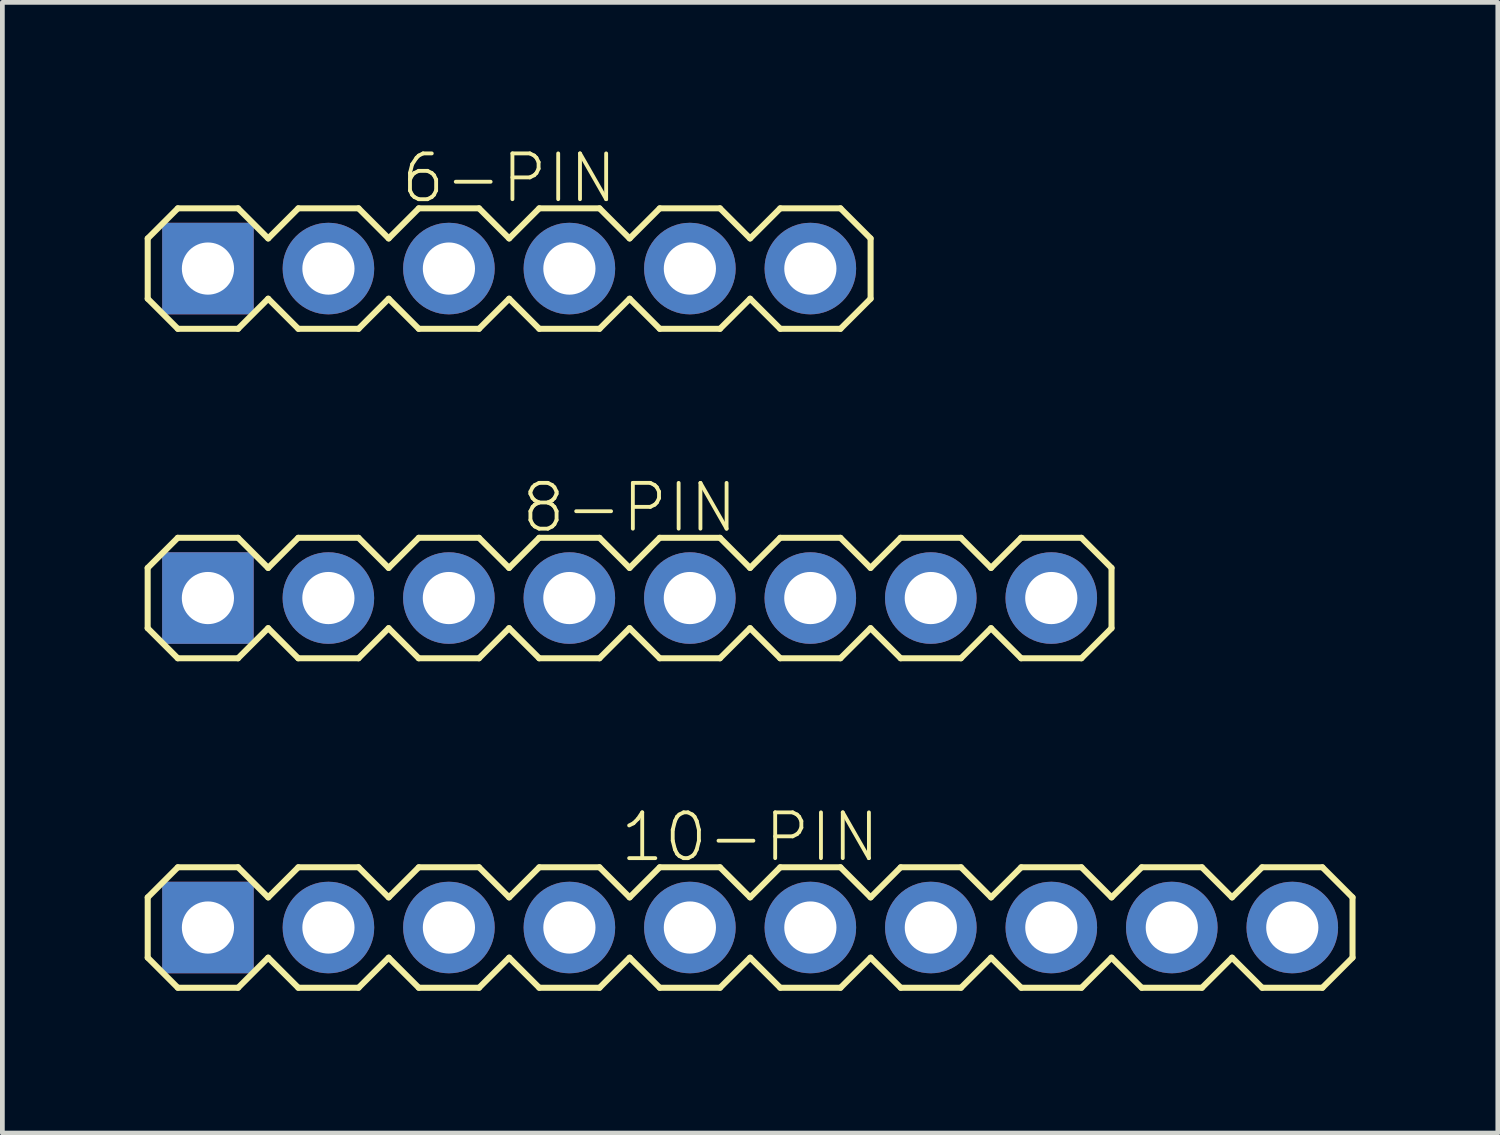
<source format=kicad_pcb>
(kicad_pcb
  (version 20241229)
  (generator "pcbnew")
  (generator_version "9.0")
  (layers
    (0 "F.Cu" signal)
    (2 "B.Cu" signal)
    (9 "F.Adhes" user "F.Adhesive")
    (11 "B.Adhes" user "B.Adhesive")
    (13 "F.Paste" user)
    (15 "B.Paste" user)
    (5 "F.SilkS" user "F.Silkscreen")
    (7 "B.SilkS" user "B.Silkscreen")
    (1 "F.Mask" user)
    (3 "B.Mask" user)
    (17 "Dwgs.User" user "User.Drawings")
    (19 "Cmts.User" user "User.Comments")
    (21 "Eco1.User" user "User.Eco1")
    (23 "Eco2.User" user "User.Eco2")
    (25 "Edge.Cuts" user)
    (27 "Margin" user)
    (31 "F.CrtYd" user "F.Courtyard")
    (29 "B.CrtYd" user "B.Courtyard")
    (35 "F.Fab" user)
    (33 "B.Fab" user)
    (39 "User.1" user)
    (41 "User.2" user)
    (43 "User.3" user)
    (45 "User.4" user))
  (footprint "8-PIN"
    (layer "F.Cu")
    (at 10.223 9.558)
    (property "Reference" "8-PIN" (at 0 -1.905 0) (layer "F.SilkS") (effects (font (size 0.965 0.965) (thickness 0.081))))
    (attr through_hole)
    (fp_line (start -10.16 -0.635) (end -9.525 -1.27) (stroke (width 0.127) (type solid)) (layer "F.SilkS"))
    (fp_line (start -10.16 0.635) (end -10.16 -0.635) (stroke (width 0.127) (type solid)) (layer "F.SilkS"))
    (fp_line (start -9.525 -1.27) (end -8.255 -1.27) (stroke (width 0.127) (type solid)) (layer "F.SilkS"))
    (fp_line (start -9.525 1.27) (end -10.16 0.635) (stroke (width 0.127) (type solid)) (layer "F.SilkS"))
    (fp_line (start -8.255 -1.27) (end -7.62 -0.635) (stroke (width 0.127) (type solid)) (layer "F.SilkS"))
    (fp_line (start -8.255 1.27) (end -9.525 1.27) (stroke (width 0.127) (type solid)) (layer "F.SilkS"))
    (fp_line (start -7.62 -0.635) (end -6.985 -1.27) (stroke (width 0.127) (type solid)) (layer "F.SilkS"))
    (fp_line (start -7.62 0.635) (end -8.255 1.27) (stroke (width 0.127) (type solid)) (layer "F.SilkS"))
    (fp_line (start -6.985 -1.27) (end -5.715 -1.27) (stroke (width 0.127) (type solid)) (layer "F.SilkS"))
    (fp_line (start -6.985 1.27) (end -7.62 0.635) (stroke (width 0.127) (type solid)) (layer "F.SilkS"))
    (fp_line (start -5.715 -1.27) (end -5.08 -0.635) (stroke (width 0.127) (type solid)) (layer "F.SilkS"))
    (fp_line (start -5.715 1.27) (end -6.985 1.27) (stroke (width 0.127) (type solid)) (layer "F.SilkS"))
    (fp_line (start -5.08 -0.635) (end -4.445 -1.27) (stroke (width 0.127) (type solid)) (layer "F.SilkS"))
    (fp_line (start -5.08 0.635) (end -5.715 1.27) (stroke (width 0.127) (type solid)) (layer "F.SilkS"))
    (fp_line (start -4.445 -1.27) (end -3.175 -1.27) (stroke (width 0.127) (type solid)) (layer "F.SilkS"))
    (fp_line (start -4.445 1.27) (end -5.08 0.635) (stroke (width 0.127) (type solid)) (layer "F.SilkS"))
    (fp_line (start -3.175 -1.27) (end -2.54 -0.635) (stroke (width 0.127) (type solid)) (layer "F.SilkS"))
    (fp_line (start -3.175 1.27) (end -4.445 1.27) (stroke (width 0.127) (type solid)) (layer "F.SilkS"))
    (fp_line (start -2.54 -0.635) (end -1.905 -1.27) (stroke (width 0.127) (type solid)) (layer "F.SilkS"))
    (fp_line (start -2.54 0.635) (end -3.175 1.27) (stroke (width 0.127) (type solid)) (layer "F.SilkS"))
    (fp_line (start -1.905 -1.27) (end -0.635 -1.27) (stroke (width 0.127) (type solid)) (layer "F.SilkS"))
    (fp_line (start -1.905 1.27) (end -2.54 0.635) (stroke (width 0.127) (type solid)) (layer "F.SilkS"))
    (fp_line (start -0.635 -1.27) (end 0 -0.635) (stroke (width 0.127) (type solid)) (layer "F.SilkS"))
    (fp_line (start -0.635 1.27) (end -1.905 1.27) (stroke (width 0.127) (type solid)) (layer "F.SilkS"))
    (fp_line (start 0 -0.635) (end 0.635 -1.27) (stroke (width 0.127) (type solid)) (layer "F.SilkS"))
    (fp_line (start 0 0.635) (end -0.635 1.27) (stroke (width 0.127) (type solid)) (layer "F.SilkS"))
    (fp_line (start 0.635 -1.27) (end 1.905 -1.27) (stroke (width 0.127) (type solid)) (layer "F.SilkS"))
    (fp_line (start 0.635 1.27) (end 0 0.635) (stroke (width 0.127) (type solid)) (layer "F.SilkS"))
    (fp_line (start 1.905 -1.27) (end 2.54 -0.635) (stroke (width 0.127) (type solid)) (layer "F.SilkS"))
    (fp_line (start 1.905 1.27) (end 0.635 1.27) (stroke (width 0.127) (type solid)) (layer "F.SilkS"))
    (fp_line (start 2.54 -0.635) (end 3.175 -1.27) (stroke (width 0.127) (type solid)) (layer "F.SilkS"))
    (fp_line (start 2.54 0.635) (end 1.905 1.27) (stroke (width 0.127) (type solid)) (layer "F.SilkS"))
    (fp_line (start 3.175 -1.27) (end 4.445 -1.27) (stroke (width 0.127) (type solid)) (layer "F.SilkS"))
    (fp_line (start 3.175 1.27) (end 2.54 0.635) (stroke (width 0.127) (type solid)) (layer "F.SilkS"))
    (fp_line (start 4.445 -1.27) (end 5.08 -0.635) (stroke (width 0.127) (type solid)) (layer "F.SilkS"))
    (fp_line (start 4.445 1.27) (end 3.175 1.27) (stroke (width 0.127) (type solid)) (layer "F.SilkS"))
    (fp_line (start 5.08 -0.635) (end 5.715 -1.27) (stroke (width 0.127) (type solid)) (layer "F.SilkS"))
    (fp_line (start 5.08 0.635) (end 4.445 1.27) (stroke (width 0.127) (type solid)) (layer "F.SilkS"))
    (fp_line (start 5.715 -1.27) (end 6.985 -1.27) (stroke (width 0.127) (type solid)) (layer "F.SilkS"))
    (fp_line (start 5.715 1.27) (end 5.08 0.635) (stroke (width 0.127) (type solid)) (layer "F.SilkS"))
    (fp_line (start 6.985 -1.27) (end 7.62 -0.635) (stroke (width 0.127) (type solid)) (layer "F.SilkS"))
    (fp_line (start 6.985 1.27) (end 5.715 1.27) (stroke (width 0.127) (type solid)) (layer "F.SilkS"))
    (fp_line (start 7.62 -0.635) (end 8.255 -1.27) (stroke (width 0.127) (type solid)) (layer "F.SilkS"))
    (fp_line (start 7.62 0.635) (end 6.985 1.27) (stroke (width 0.127) (type solid)) (layer "F.SilkS"))
    (fp_line (start 8.255 -1.27) (end 9.525 -1.27) (stroke (width 0.127) (type solid)) (layer "F.SilkS"))
    (fp_line (start 8.255 1.27) (end 7.62 0.635) (stroke (width 0.127) (type solid)) (layer "F.SilkS"))
    (fp_line (start 9.525 -1.27) (end 10.16 -0.635) (stroke (width 0.127) (type solid)) (layer "F.SilkS"))
    (fp_line (start 9.525 1.27) (end 8.255 1.27) (stroke (width 0.127) (type solid)) (layer "F.SilkS"))
    (fp_line (start 10.16 -0.635) (end 10.16 0.635) (stroke (width 0.127) (type solid)) (layer "F.SilkS"))
    (fp_line (start 10.16 0.635) (end 9.525 1.27) (stroke (width 0.127) (type solid)) (layer "F.SilkS"))
    (pad "1" thru_hole rect (at -8.89 0) (size 1.93 1.93) (drill 1.1) (layers "*.Cu" "*.Mask"))
    (pad "2" thru_hole oval (at -6.35 0) (size 1.93 1.93) (drill 1.1) (layers "*.Cu" "*.Mask"))
    (pad "3" thru_hole oval (at -3.81 0) (size 1.93 1.93) (drill 1.1) (layers "*.Cu" "*.Mask"))
    (pad "4" thru_hole oval (at -1.27 0) (size 1.93 1.93) (drill 1.1) (layers "*.Cu" "*.Mask"))
    (pad "5" thru_hole oval (at 1.27 0) (size 1.93 1.93) (drill 1.1) (layers "*.Cu" "*.Mask"))
    (pad "6" thru_hole oval (at 3.81 0) (size 1.93 1.93) (drill 1.1) (layers "*.Cu" "*.Mask"))
    (pad "7" thru_hole oval (at 6.35 0) (size 1.93 1.93) (drill 1.1) (layers "*.Cu" "*.Mask"))
    (pad "8" thru_hole oval (at 8.89 0) (size 1.93 1.93) (drill 1.1) (layers "*.Cu" "*.Mask")))
  (footprint "6-PIN"
    (layer "F.Cu")
    (at 7.684 2.612)
    (property "Reference" "6-PIN" (at 0 -1.905 0) (layer "F.SilkS") (effects (font (size 0.965 0.965) (thickness 0.081))))
    (attr through_hole)
    (fp_line (start -7.62 -0.635) (end -6.985 -1.27) (stroke (width 0.127) (type solid)) (layer "F.SilkS"))
    (fp_line (start -7.62 0.635) (end -7.62 -0.635) (stroke (width 0.127) (type solid)) (layer "F.SilkS"))
    (fp_line (start -6.985 -1.27) (end -5.715 -1.27) (stroke (width 0.127) (type solid)) (layer "F.SilkS"))
    (fp_line (start -6.985 1.27) (end -7.62 0.635) (stroke (width 0.127) (type solid)) (layer "F.SilkS"))
    (fp_line (start -5.715 -1.27) (end -5.08 -0.635) (stroke (width 0.127) (type solid)) (layer "F.SilkS"))
    (fp_line (start -5.715 1.27) (end -6.985 1.27) (stroke (width 0.127) (type solid)) (layer "F.SilkS"))
    (fp_line (start -5.08 -0.635) (end -4.445 -1.27) (stroke (width 0.127) (type solid)) (layer "F.SilkS"))
    (fp_line (start -5.08 0.635) (end -5.715 1.27) (stroke (width 0.127) (type solid)) (layer "F.SilkS"))
    (fp_line (start -4.445 -1.27) (end -3.175 -1.27) (stroke (width 0.127) (type solid)) (layer "F.SilkS"))
    (fp_line (start -4.445 1.27) (end -5.08 0.635) (stroke (width 0.127) (type solid)) (layer "F.SilkS"))
    (fp_line (start -3.175 -1.27) (end -2.54 -0.635) (stroke (width 0.127) (type solid)) (layer "F.SilkS"))
    (fp_line (start -3.175 1.27) (end -4.445 1.27) (stroke (width 0.127) (type solid)) (layer "F.SilkS"))
    (fp_line (start -2.54 -0.635) (end -1.905 -1.27) (stroke (width 0.127) (type solid)) (layer "F.SilkS"))
    (fp_line (start -2.54 0.635) (end -3.175 1.27) (stroke (width 0.127) (type solid)) (layer "F.SilkS"))
    (fp_line (start -1.905 -1.27) (end -0.635 -1.27) (stroke (width 0.127) (type solid)) (layer "F.SilkS"))
    (fp_line (start -1.905 1.27) (end -2.54 0.635) (stroke (width 0.127) (type solid)) (layer "F.SilkS"))
    (fp_line (start -0.635 -1.27) (end 0 -0.635) (stroke (width 0.127) (type solid)) (layer "F.SilkS"))
    (fp_line (start -0.635 1.27) (end -1.905 1.27) (stroke (width 0.127) (type solid)) (layer "F.SilkS"))
    (fp_line (start 0 -0.635) (end 0.635 -1.27) (stroke (width 0.127) (type solid)) (layer "F.SilkS"))
    (fp_line (start 0 0.635) (end -0.635 1.27) (stroke (width 0.127) (type solid)) (layer "F.SilkS"))
    (fp_line (start 0.635 -1.27) (end 1.905 -1.27) (stroke (width 0.127) (type solid)) (layer "F.SilkS"))
    (fp_line (start 0.635 1.27) (end 0 0.635) (stroke (width 0.127) (type solid)) (layer "F.SilkS"))
    (fp_line (start 1.905 -1.27) (end 2.54 -0.635) (stroke (width 0.127) (type solid)) (layer "F.SilkS"))
    (fp_line (start 1.905 1.27) (end 0.635 1.27) (stroke (width 0.127) (type solid)) (layer "F.SilkS"))
    (fp_line (start 2.54 -0.635) (end 3.175 -1.27) (stroke (width 0.127) (type solid)) (layer "F.SilkS"))
    (fp_line (start 2.54 0.635) (end 1.905 1.27) (stroke (width 0.127) (type solid)) (layer "F.SilkS"))
    (fp_line (start 3.175 -1.27) (end 4.445 -1.27) (stroke (width 0.127) (type solid)) (layer "F.SilkS"))
    (fp_line (start 3.175 1.27) (end 2.54 0.635) (stroke (width 0.127) (type solid)) (layer "F.SilkS"))
    (fp_line (start 4.445 -1.27) (end 5.08 -0.635) (stroke (width 0.127) (type solid)) (layer "F.SilkS"))
    (fp_line (start 4.445 1.27) (end 3.175 1.27) (stroke (width 0.127) (type solid)) (layer "F.SilkS"))
    (fp_line (start 5.08 -0.635) (end 5.715 -1.27) (stroke (width 0.127) (type solid)) (layer "F.SilkS"))
    (fp_line (start 5.08 0.635) (end 4.445 1.27) (stroke (width 0.127) (type solid)) (layer "F.SilkS"))
    (fp_line (start 5.715 -1.27) (end 6.985 -1.27) (stroke (width 0.127) (type solid)) (layer "F.SilkS"))
    (fp_line (start 5.715 1.27) (end 5.08 0.635) (stroke (width 0.127) (type solid)) (layer "F.SilkS"))
    (fp_line (start 6.985 -1.27) (end 7.62 -0.635) (stroke (width 0.127) (type solid)) (layer "F.SilkS"))
    (fp_line (start 6.985 1.27) (end 5.715 1.27) (stroke (width 0.127) (type solid)) (layer "F.SilkS"))
    (fp_line (start 7.62 -0.635) (end 7.62 0.635) (stroke (width 0.127) (type solid)) (layer "F.SilkS"))
    (fp_line (start 7.62 0.635) (end 6.985 1.27) (stroke (width 0.127) (type solid)) (layer "F.SilkS"))
    (pad "1" thru_hole rect (at -6.35 0) (size 1.93 1.93) (drill 1.1) (layers "*.Cu" "*.Mask"))
    (pad "2" thru_hole oval (at -3.81 0) (size 1.93 1.93) (drill 1.1) (layers "*.Cu" "*.Mask"))
    (pad "3" thru_hole oval (at -1.27 0) (size 1.93 1.93) (drill 1.1) (layers "*.Cu" "*.Mask"))
    (pad "4" thru_hole oval (at 1.27 0) (size 1.93 1.93) (drill 1.1) (layers "*.Cu" "*.Mask"))
    (pad "5" thru_hole oval (at 3.81 0) (size 1.93 1.93) (drill 1.1) (layers "*.Cu" "*.Mask"))
    (pad "6" thru_hole oval (at 6.35 0) (size 1.93 1.93) (drill 1.1) (layers "*.Cu" "*.Mask")))
  (footprint "10-PIN"
    (layer "F.Cu")
    (at 12.764 16.504)
    (property "Reference" "10-PIN" (at 0 -1.905 0) (layer "F.SilkS") (effects (font (size 0.965 0.965) (thickness 0.081))))
    (attr through_hole)
    (fp_line (start -12.7 -0.635) (end -12.065 -1.27) (stroke (width 0.127) (type solid)) (layer "F.SilkS"))
    (fp_line (start -12.7 0.635) (end -12.7 -0.635) (stroke (width 0.127) (type solid)) (layer "F.SilkS"))
    (fp_line (start -12.065 -1.27) (end -10.795 -1.27) (stroke (width 0.127) (type solid)) (layer "F.SilkS"))
    (fp_line (start -12.065 1.27) (end -12.7 0.635) (stroke (width 0.127) (type solid)) (layer "F.SilkS"))
    (fp_line (start -10.795 -1.27) (end -10.16 -0.635) (stroke (width 0.127) (type solid)) (layer "F.SilkS"))
    (fp_line (start -10.795 1.27) (end -12.065 1.27) (stroke (width 0.127) (type solid)) (layer "F.SilkS"))
    (fp_line (start -10.16 -0.635) (end -9.525 -1.27) (stroke (width 0.127) (type solid)) (layer "F.SilkS"))
    (fp_line (start -10.16 0.635) (end -10.795 1.27) (stroke (width 0.127) (type solid)) (layer "F.SilkS"))
    (fp_line (start -9.525 -1.27) (end -8.255 -1.27) (stroke (width 0.127) (type solid)) (layer "F.SilkS"))
    (fp_line (start -9.525 1.27) (end -10.16 0.635) (stroke (width 0.127) (type solid)) (layer "F.SilkS"))
    (fp_line (start -8.255 -1.27) (end -7.62 -0.635) (stroke (width 0.127) (type solid)) (layer "F.SilkS"))
    (fp_line (start -8.255 1.27) (end -9.525 1.27) (stroke (width 0.127) (type solid)) (layer "F.SilkS"))
    (fp_line (start -7.62 -0.635) (end -6.985 -1.27) (stroke (width 0.127) (type solid)) (layer "F.SilkS"))
    (fp_line (start -7.62 0.635) (end -8.255 1.27) (stroke (width 0.127) (type solid)) (layer "F.SilkS"))
    (fp_line (start -6.985 -1.27) (end -5.715 -1.27) (stroke (width 0.127) (type solid)) (layer "F.SilkS"))
    (fp_line (start -6.985 1.27) (end -7.62 0.635) (stroke (width 0.127) (type solid)) (layer "F.SilkS"))
    (fp_line (start -5.715 -1.27) (end -5.08 -0.635) (stroke (width 0.127) (type solid)) (layer "F.SilkS"))
    (fp_line (start -5.715 1.27) (end -6.985 1.27) (stroke (width 0.127) (type solid)) (layer "F.SilkS"))
    (fp_line (start -5.08 -0.635) (end -4.445 -1.27) (stroke (width 0.127) (type solid)) (layer "F.SilkS"))
    (fp_line (start -5.08 0.635) (end -5.715 1.27) (stroke (width 0.127) (type solid)) (layer "F.SilkS"))
    (fp_line (start -4.445 -1.27) (end -3.175 -1.27) (stroke (width 0.127) (type solid)) (layer "F.SilkS"))
    (fp_line (start -4.445 1.27) (end -5.08 0.635) (stroke (width 0.127) (type solid)) (layer "F.SilkS"))
    (fp_line (start -3.175 -1.27) (end -2.54 -0.635) (stroke (width 0.127) (type solid)) (layer "F.SilkS"))
    (fp_line (start -3.175 1.27) (end -4.445 1.27) (stroke (width 0.127) (type solid)) (layer "F.SilkS"))
    (fp_line (start -2.54 -0.635) (end -1.905 -1.27) (stroke (width 0.127) (type solid)) (layer "F.SilkS"))
    (fp_line (start -2.54 0.635) (end -3.175 1.27) (stroke (width 0.127) (type solid)) (layer "F.SilkS"))
    (fp_line (start -1.905 -1.27) (end -0.635 -1.27) (stroke (width 0.127) (type solid)) (layer "F.SilkS"))
    (fp_line (start -1.905 1.27) (end -2.54 0.635) (stroke (width 0.127) (type solid)) (layer "F.SilkS"))
    (fp_line (start -0.635 -1.27) (end 0 -0.635) (stroke (width 0.127) (type solid)) (layer "F.SilkS"))
    (fp_line (start -0.635 1.27) (end -1.905 1.27) (stroke (width 0.127) (type solid)) (layer "F.SilkS"))
    (fp_line (start 0 -0.635) (end 0.635 -1.27) (stroke (width 0.127) (type solid)) (layer "F.SilkS"))
    (fp_line (start 0 0.635) (end -0.635 1.27) (stroke (width 0.127) (type solid)) (layer "F.SilkS"))
    (fp_line (start 0.635 -1.27) (end 1.905 -1.27) (stroke (width 0.127) (type solid)) (layer "F.SilkS"))
    (fp_line (start 0.635 1.27) (end 0 0.635) (stroke (width 0.127) (type solid)) (layer "F.SilkS"))
    (fp_line (start 1.905 -1.27) (end 2.54 -0.635) (stroke (width 0.127) (type solid)) (layer "F.SilkS"))
    (fp_line (start 1.905 1.27) (end 0.635 1.27) (stroke (width 0.127) (type solid)) (layer "F.SilkS"))
    (fp_line (start 2.54 -0.635) (end 3.175 -1.27) (stroke (width 0.127) (type solid)) (layer "F.SilkS"))
    (fp_line (start 2.54 0.635) (end 1.905 1.27) (stroke (width 0.127) (type solid)) (layer "F.SilkS"))
    (fp_line (start 3.175 -1.27) (end 4.445 -1.27) (stroke (width 0.127) (type solid)) (layer "F.SilkS"))
    (fp_line (start 3.175 1.27) (end 2.54 0.635) (stroke (width 0.127) (type solid)) (layer "F.SilkS"))
    (fp_line (start 4.445 -1.27) (end 5.08 -0.635) (stroke (width 0.127) (type solid)) (layer "F.SilkS"))
    (fp_line (start 4.445 1.27) (end 3.175 1.27) (stroke (width 0.127) (type solid)) (layer "F.SilkS"))
    (fp_line (start 5.08 -0.635) (end 5.715 -1.27) (stroke (width 0.127) (type solid)) (layer "F.SilkS"))
    (fp_line (start 5.08 0.635) (end 4.445 1.27) (stroke (width 0.127) (type solid)) (layer "F.SilkS"))
    (fp_line (start 5.715 -1.27) (end 6.985 -1.27) (stroke (width 0.127) (type solid)) (layer "F.SilkS"))
    (fp_line (start 5.715 1.27) (end 5.08 0.635) (stroke (width 0.127) (type solid)) (layer "F.SilkS"))
    (fp_line (start 6.985 -1.27) (end 7.62 -0.635) (stroke (width 0.127) (type solid)) (layer "F.SilkS"))
    (fp_line (start 6.985 1.27) (end 5.715 1.27) (stroke (width 0.127) (type solid)) (layer "F.SilkS"))
    (fp_line (start 7.62 -0.635) (end 8.255 -1.27) (stroke (width 0.127) (type solid)) (layer "F.SilkS"))
    (fp_line (start 7.62 0.635) (end 6.985 1.27) (stroke (width 0.127) (type solid)) (layer "F.SilkS"))
    (fp_line (start 8.255 -1.27) (end 9.525 -1.27) (stroke (width 0.127) (type solid)) (layer "F.SilkS"))
    (fp_line (start 8.255 1.27) (end 7.62 0.635) (stroke (width 0.127) (type solid)) (layer "F.SilkS"))
    (fp_line (start 8.255 1.27) (end 9.525 1.27) (stroke (width 0.127) (type solid)) (layer "F.SilkS"))
    (fp_line (start 9.525 -1.27) (end 10.16 -0.635) (stroke (width 0.127) (type solid)) (layer "F.SilkS"))
    (fp_line (start 10.16 -0.635) (end 10.795 -1.27) (stroke (width 0.127) (type solid)) (layer "F.SilkS"))
    (fp_line (start 10.16 0.635) (end 9.525 1.27) (stroke (width 0.127) (type solid)) (layer "F.SilkS"))
    (fp_line (start 10.795 -1.27) (end 12.065 -1.27) (stroke (width 0.127) (type solid)) (layer "F.SilkS"))
    (fp_line (start 10.795 1.27) (end 10.16 0.635) (stroke (width 0.127) (type solid)) (layer "F.SilkS"))
    (fp_line (start 10.795 1.27) (end 12.065 1.27) (stroke (width 0.127) (type solid)) (layer "F.SilkS"))
    (fp_line (start 12.065 -1.27) (end 12.7 -0.635) (stroke (width 0.127) (type solid)) (layer "F.SilkS"))
    (fp_line (start 12.7 -0.635) (end 12.7 0.635) (stroke (width 0.127) (type solid)) (layer "F.SilkS"))
    (fp_line (start 12.7 0.635) (end 12.065 1.27) (stroke (width 0.127) (type solid)) (layer "F.SilkS"))
    (pad "1" thru_hole rect (at -11.43 0) (size 1.93 1.93) (drill 1.1) (layers "*.Cu" "*.Mask"))
    (pad "2" thru_hole oval (at -8.89 0) (size 1.93 1.93) (drill 1.1) (layers "*.Cu" "*.Mask"))
    (pad "3" thru_hole oval (at -6.35 0) (size 1.93 1.93) (drill 1.1) (layers "*.Cu" "*.Mask"))
    (pad "4" thru_hole oval (at -3.81 0) (size 1.93 1.93) (drill 1.1) (layers "*.Cu" "*.Mask"))
    (pad "5" thru_hole oval (at -1.27 0) (size 1.93 1.93) (drill 1.1) (layers "*.Cu" "*.Mask"))
    (pad "6" thru_hole oval (at 1.27 0) (size 1.93 1.93) (drill 1.1) (layers "*.Cu" "*.Mask"))
    (pad "7" thru_hole oval (at 3.81 0) (size 1.93 1.93) (drill 1.1) (layers "*.Cu" "*.Mask"))
    (pad "8" thru_hole oval (at 6.35 0) (size 1.93 1.93) (drill 1.1) (layers "*.Cu" "*.Mask"))
    (pad "9" thru_hole oval (at 8.89 0) (size 1.93 1.93) (drill 1.1) (layers "*.Cu" "*.Mask"))
    (pad "10" thru_hole oval (at 11.43 0) (size 1.93 1.93) (drill 1.1) (layers "*.Cu" "*.Mask")))
  (gr_rect
    (start -3 -3)
    (end 28.527 20.837)
    (stroke (width 0.1) (type default))
    (fill no)
    (layer "Edge.Cuts")))
</source>
